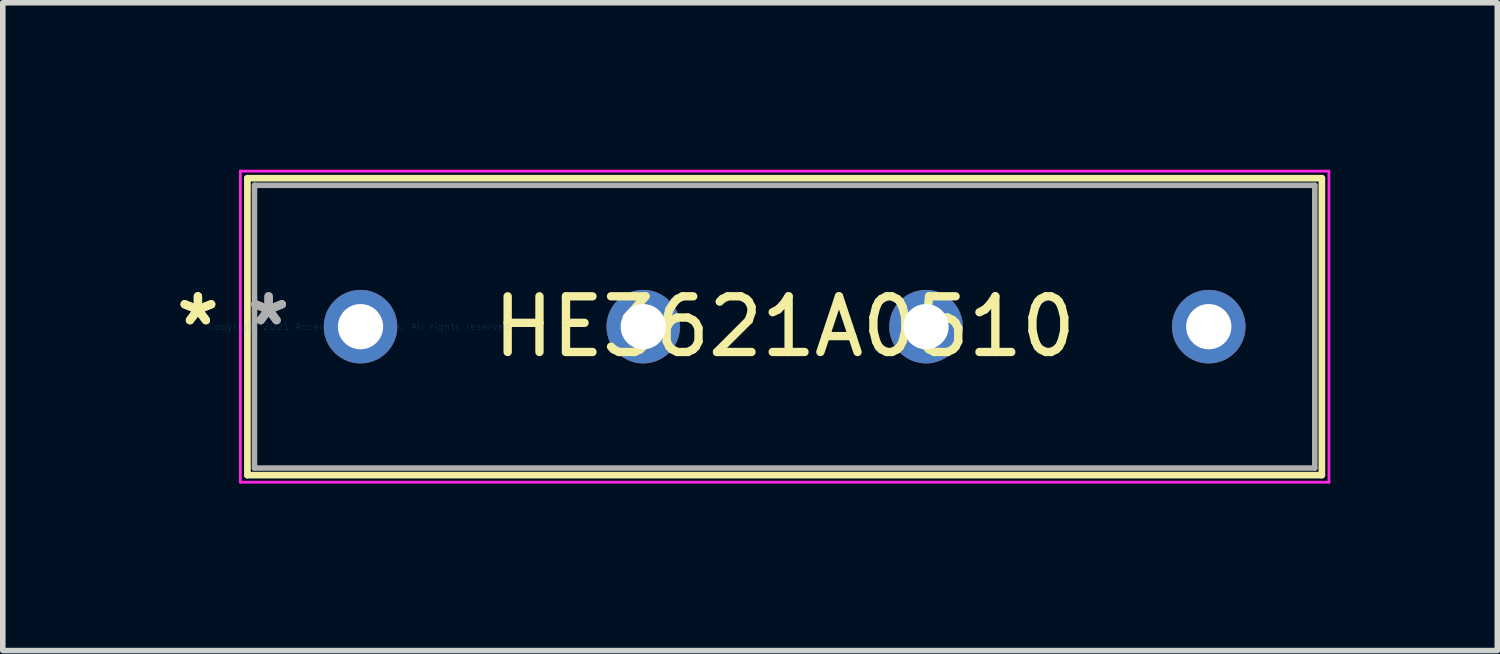
<source format=kicad_pcb>
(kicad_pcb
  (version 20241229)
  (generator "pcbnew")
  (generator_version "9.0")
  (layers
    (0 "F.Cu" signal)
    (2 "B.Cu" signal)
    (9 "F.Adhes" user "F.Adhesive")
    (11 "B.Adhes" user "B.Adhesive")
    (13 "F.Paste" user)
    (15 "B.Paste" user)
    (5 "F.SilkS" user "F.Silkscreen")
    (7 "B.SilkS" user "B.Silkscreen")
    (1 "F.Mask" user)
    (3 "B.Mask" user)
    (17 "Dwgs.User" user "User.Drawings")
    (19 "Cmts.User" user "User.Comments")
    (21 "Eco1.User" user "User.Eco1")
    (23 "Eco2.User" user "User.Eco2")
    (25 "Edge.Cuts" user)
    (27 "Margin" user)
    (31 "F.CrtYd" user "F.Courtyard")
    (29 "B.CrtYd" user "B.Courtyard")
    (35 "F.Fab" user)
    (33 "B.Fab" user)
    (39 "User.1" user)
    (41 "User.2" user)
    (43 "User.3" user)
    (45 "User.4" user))
  (footprint "HE3621A0510"
    (layer "F.Cu")
    (at 3.427 2.819)
    (property "Reference" "HE3621A0510" (at 7.62 0 0) (layer "F.SilkS") (effects (font (size 1 1) (thickness 0.15))))
    (attr through_hole)
    (fp_line (start -2.032 -2.667) (end -2.032 2.667) (stroke (width 0.12) (type solid)) (layer "F.SilkS"))
    (fp_line (start -2.032 2.667) (end 17.272 2.667) (stroke (width 0.12) (type solid)) (layer "F.SilkS"))
    (fp_line (start 17.272 -2.667) (end -2.032 -2.667) (stroke (width 0.12) (type solid)) (layer "F.SilkS"))
    (fp_line (start 17.272 2.667) (end 17.272 -2.667) (stroke (width 0.12) (type solid)) (layer "F.SilkS"))
    (fp_line (start -2.159 -2.794) (end 17.399 -2.794) (stroke (width 0.05) (type solid)) (layer "F.CrtYd"))
    (fp_line (start -2.159 2.794) (end -2.159 -2.794) (stroke (width 0.05) (type solid)) (layer "F.CrtYd"))
    (fp_line (start 17.399 -2.794) (end 17.399 2.794) (stroke (width 0.05) (type solid)) (layer "F.CrtYd"))
    (fp_line (start 17.399 2.794) (end -2.159 2.794) (stroke (width 0.05) (type solid)) (layer "F.CrtYd"))
    (fp_line (start -1.905 -2.54) (end -1.905 2.54) (stroke (width 0.1) (type solid)) (layer "F.Fab"))
    (fp_line (start -1.905 2.54) (end 17.145 2.54) (stroke (width 0.1) (type solid)) (layer "F.Fab"))
    (fp_line (start 17.145 -2.54) (end -1.905 -2.54) (stroke (width 0.1) (type solid)) (layer "F.Fab"))
    (fp_line (start 17.145 2.54) (end 17.145 -2.54) (stroke (width 0.1) (type solid)) (layer "F.Fab"))
    (fp_text user "*" (at -2.921 0 0) (layer "F.SilkS") (effects (font (size 1 1) (thickness 0.15))))
    (fp_text user "*" (at -2.921 0 0) (layer "F.SilkS") (effects (font (size 1 1) (thickness 0.15))))
    (fp_text user "Copyright 2021 Accelerated Designs. All rights reserved." (at 0 0 0) (layer "Cmts.User") (effects (font (size 0.127 0.127) (thickness 0.002))))
    (fp_text user "*" (at -1.651 0 0) (layer "F.Fab") (effects (font (size 1 1) (thickness 0.15))))
    (fp_text user "*" (at -1.651 0 0) (layer "F.Fab") (effects (font (size 1 1) (thickness 0.15))))
    (pad "1" thru_hole circle (at 0 0) (size 1.321 1.321) (drill 0.813) (layers "*.Cu" "*.Mask"))
    (pad "2" thru_hole circle (at 5.08 0) (size 1.321 1.321) (drill 0.813) (layers "*.Cu" "*.Mask"))
    (pad "3" thru_hole circle (at 10.16 0) (size 1.321 1.321) (drill 0.813) (layers "*.Cu" "*.Mask"))
    (pad "4" thru_hole circle (at 15.24 0) (size 1.321 1.321) (drill 0.813) (layers "*.Cu" "*.Mask")))
  (gr_rect
    (start -3 -3)
    (end 23.851 8.638)
    (stroke (width 0.1) (type default))
    (fill no)
    (layer "Edge.Cuts")))
</source>
